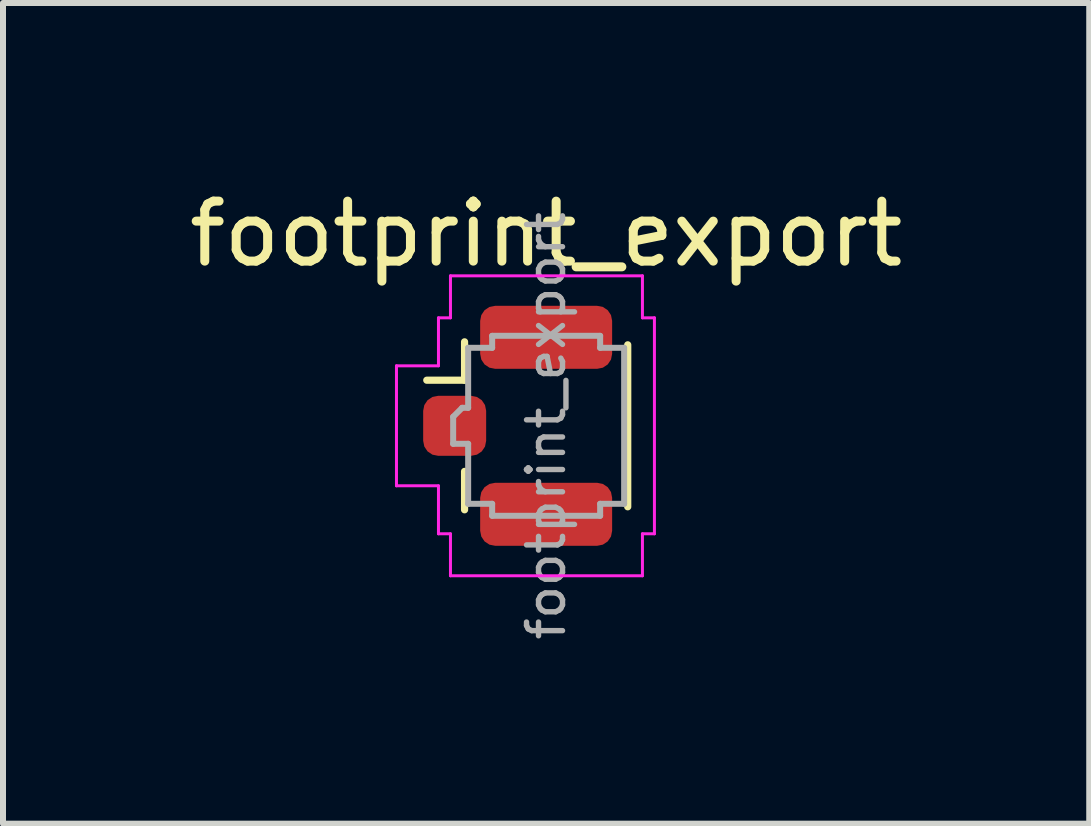
<source format=kicad_pcb>
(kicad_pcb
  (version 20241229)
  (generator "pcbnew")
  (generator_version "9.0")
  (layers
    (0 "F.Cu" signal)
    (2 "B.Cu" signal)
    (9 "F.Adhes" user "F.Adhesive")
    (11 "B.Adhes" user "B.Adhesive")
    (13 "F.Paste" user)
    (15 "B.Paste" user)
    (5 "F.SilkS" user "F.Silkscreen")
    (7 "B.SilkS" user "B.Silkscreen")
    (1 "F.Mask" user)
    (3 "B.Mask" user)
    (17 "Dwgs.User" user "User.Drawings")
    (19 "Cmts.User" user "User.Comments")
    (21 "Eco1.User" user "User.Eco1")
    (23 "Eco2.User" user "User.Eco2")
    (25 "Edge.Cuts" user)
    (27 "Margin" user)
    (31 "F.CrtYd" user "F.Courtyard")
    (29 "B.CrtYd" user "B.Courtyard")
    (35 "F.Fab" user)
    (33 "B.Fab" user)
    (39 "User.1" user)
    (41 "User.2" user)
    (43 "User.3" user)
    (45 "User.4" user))
  (footprint "footprint_export"
    (layer "F.Cu")
    (at 5.579 4.048)
    (property "Reference" "footprint_export" (at 0.475 -3.2 0) (layer "F.SilkS") (effects (font (size 1 1) (thickness 0.15))))
    (attr smd)
    (fp_rect (start -0.515 -0.94) (end 1.575 0.94) (stroke (width 0) (type solid)) (fill yes) (layer "F.Mask"))
    (fp_line (start -0.885 -1.4) (end -0.885 -0.76) (stroke (width 0.12) (type solid)) (layer "F.SilkS"))
    (fp_line (start -0.885 -0.76) (end -1.515 -0.76) (stroke (width 0.12) (type solid)) (layer "F.SilkS"))
    (fp_line (start -0.885 1.4) (end -0.885 0.76) (stroke (width 0.12) (type solid)) (layer "F.SilkS"))
    (fp_line (start 1.835 -1.35) (end 1.835 1.35) (stroke (width 0.12) (type solid)) (layer "F.SilkS"))
    (fp_line (start -2.02 1) (end -2.02 -1) (stroke (width 0.05) (type solid)) (layer "F.CrtYd"))
    (fp_line (start -1.32 -1.8) (end -1.12 -1.8) (stroke (width 0.05) (type solid)) (layer "F.CrtYd"))
    (fp_line (start -1.32 -1) (end -2.02 -1) (stroke (width 0.05) (type solid)) (layer "F.CrtYd"))
    (fp_line (start -1.32 -1) (end -1.32 -1.8) (stroke (width 0.05) (type solid)) (layer "F.CrtYd"))
    (fp_line (start -1.32 1) (end -2.02 1) (stroke (width 0.05) (type solid)) (layer "F.CrtYd"))
    (fp_line (start -1.32 1.8) (end -1.32 1) (stroke (width 0.05) (type solid)) (layer "F.CrtYd"))
    (fp_line (start -1.32 1.8) (end -1.12 1.8) (stroke (width 0.05) (type solid)) (layer "F.CrtYd"))
    (fp_line (start -1.12 -1.8) (end -1.12 -2.5) (stroke (width 0.05) (type solid)) (layer "F.CrtYd"))
    (fp_line (start -1.12 2.5) (end -1.12 1.8) (stroke (width 0.05) (type solid)) (layer "F.CrtYd"))
    (fp_line (start 2.08 -2.5) (end -1.12 -2.5) (stroke (width 0.05) (type solid)) (layer "F.CrtYd"))
    (fp_line (start 2.08 -1.8) (end 2.08 -2.5) (stroke (width 0.05) (type solid)) (layer "F.CrtYd"))
    (fp_line (start 2.08 -1.8) (end 2.28 -1.8) (stroke (width 0.05) (type solid)) (layer "F.CrtYd"))
    (fp_line (start 2.08 1.8) (end 2.28 1.8) (stroke (width 0.05) (type solid)) (layer "F.CrtYd"))
    (fp_line (start 2.08 2.5) (end -1.12 2.5) (stroke (width 0.05) (type solid)) (layer "F.CrtYd"))
    (fp_line (start 2.08 2.5) (end 2.08 1.8) (stroke (width 0.05) (type solid)) (layer "F.CrtYd"))
    (fp_line (start 2.28 1.8) (end 2.28 -1.8) (stroke (width 0.05) (type solid)) (layer "F.CrtYd"))
    (fp_line (start -1.075 0.3) (end -1.075 -0.15) (stroke (width 0.1) (type solid)) (layer "F.Fab"))
    (fp_line (start -1.075 0.3) (end -0.825 0.3) (stroke (width 0.1) (type solid)) (layer "F.Fab"))
    (fp_line (start -0.925 -0.3) (end -1.075 -0.15) (stroke (width 0.1) (type solid)) (layer "F.Fab"))
    (fp_line (start -0.925 -0.3) (end -0.825 -0.3) (stroke (width 0.1) (type solid)) (layer "F.Fab"))
    (fp_line (start -0.825 -0.3) (end -0.825 -1.3) (stroke (width 0.1) (type solid)) (layer "F.Fab"))
    (fp_line (start -0.825 0.3) (end -0.825 1.3) (stroke (width 0.1) (type solid)) (layer "F.Fab"))
    (fp_line (start -0.425 -1.5) (end -0.425 -1.3) (stroke (width 0.1) (type solid)) (layer "F.Fab"))
    (fp_line (start -0.425 -1.5) (end 1.375 -1.5) (stroke (width 0.1) (type solid)) (layer "F.Fab"))
    (fp_line (start -0.425 -1.3) (end -0.825 -1.3) (stroke (width 0.1) (type solid)) (layer "F.Fab"))
    (fp_line (start -0.425 1.3) (end -0.825 1.3) (stroke (width 0.1) (type solid)) (layer "F.Fab"))
    (fp_line (start -0.425 1.5) (end -0.425 1.3) (stroke (width 0.1) (type solid)) (layer "F.Fab"))
    (fp_line (start -0.425 1.5) (end 1.375 1.5) (stroke (width 0.1) (type solid)) (layer "F.Fab"))
    (fp_line (start 1.375 -1.5) (end 1.375 -1.3) (stroke (width 0.1) (type solid)) (layer "F.Fab"))
    (fp_line (start 1.375 1.5) (end 1.375 1.3) (stroke (width 0.1) (type solid)) (layer "F.Fab"))
    (fp_line (start 1.775 -1.3) (end 1.375 -1.3) (stroke (width 0.1) (type solid)) (layer "F.Fab"))
    (fp_line (start 1.775 -1.3) (end 1.775 1.3) (stroke (width 0.1) (type solid)) (layer "F.Fab"))
    (fp_line (start 1.775 1.3) (end 1.375 1.3) (stroke (width 0.1) (type solid)) (layer "F.Fab"))
    (fp_text user "${REFERENCE}" (at 0.475 0 90) (layer "F.Fab") (effects (font (size 0.6 0.6) (thickness 0.09))))
    (pad "1" smd roundrect (at -1.05 0) (size 1.05 1) (layers "F.Cu" "F.Mask" "F.Paste") (roundrect_rratio 0.25))
    (pad "2" smd roundrect (at 0.475 -1.475) (size 2.2 1.05) (layers "F.Cu" "F.Mask" "F.Paste") (roundrect_rratio 0.238))
    (pad "2" smd roundrect (at 0.475 1.475) (size 2.2 1.05) (layers "F.Cu" "F.Mask" "F.Paste") (roundrect_rratio 0.238))
    (zone (net_name "") (layers "F.Cu" "B.Cu") (hatch edge 0.5) (connect_pads) (min_thickness 0.25) (filled_areas_thickness no) (keepout (tracks not_allowed) (vias not_allowed) (pads not_allowed) (copperpour not_allowed) (footprints allowed)) (placement (enabled no)) (fill) (polygon (pts (xy 7.154 3.098) (xy 5.064 3.098) (xy 5.064 4.998) (xy 7.154 4.998)))))
  (gr_rect
    (start -3 -3)
    (end 15.107 10.68)
    (stroke (width 0.1) (type default))
    (fill no)
    (layer "Edge.Cuts")))
</source>
